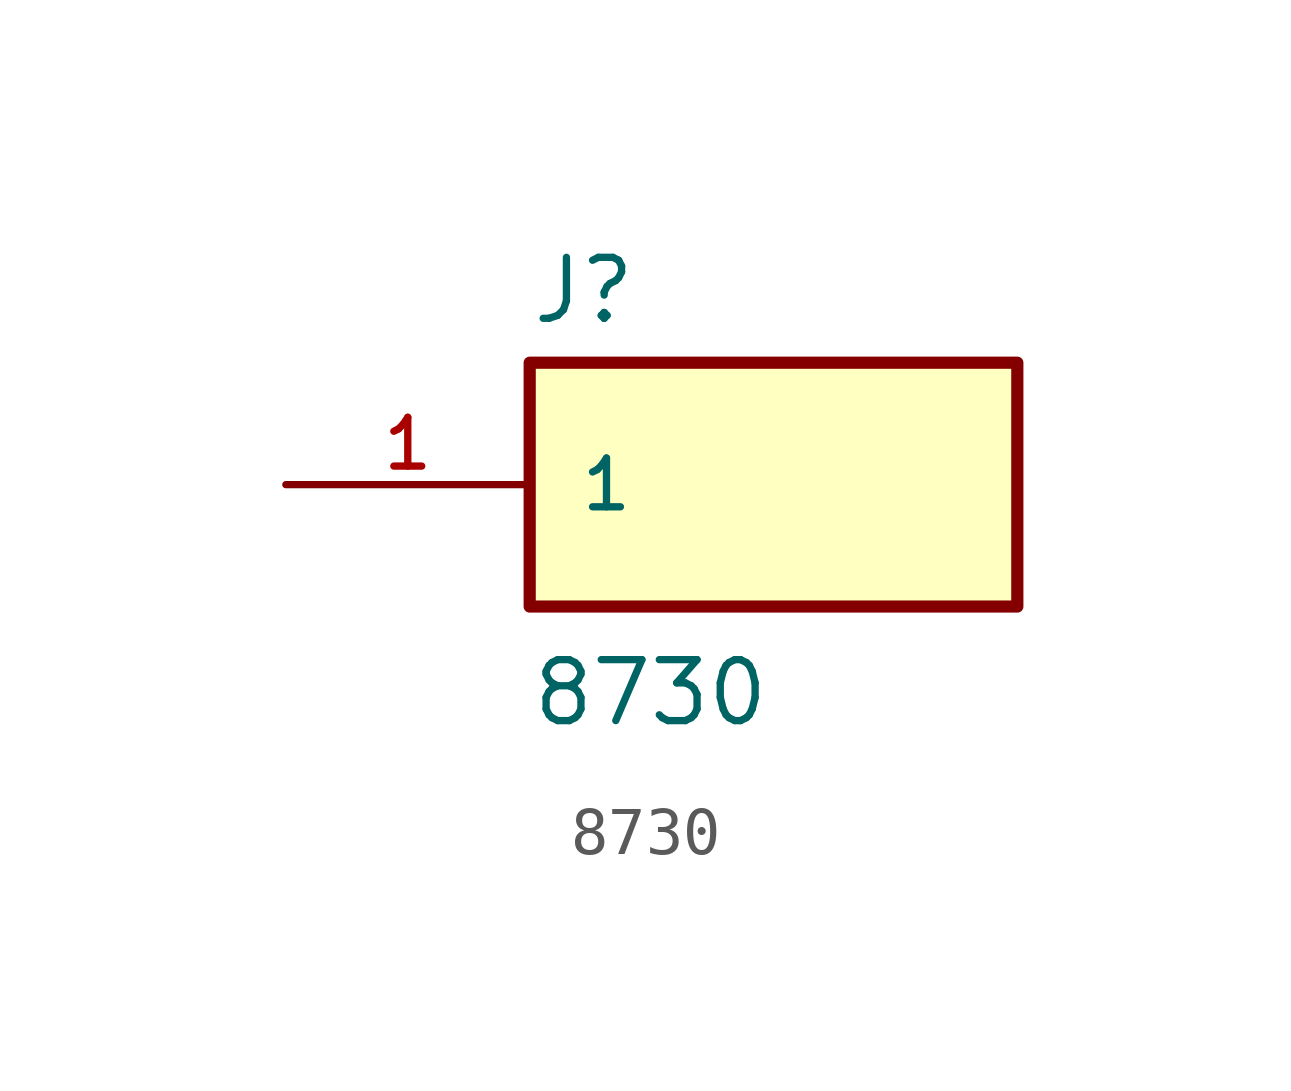
<source format=kicad_sym>
(kicad_symbol_lib
  (version 20211014)
  (generator kicad_symbol_editor)
  (symbol "8730"
    (pin_names
      (offset 1.016))
    (property "Reference" "J"
      (at -5.08 3.302 0)
      (effects (font (size 1.27 1.27)) (justify bottom left)))
    (property "Value" "8730"
      (at -5.08 -5.08 0)
      (effects (font (size 1.27 1.27)) (justify bottom left)))
    (symbol "8730_0_0"
      (rectangle (start -5.08 -2.54) (end 5.08 2.54) (stroke (width 0.254)) (fill (type background)))
      (pin passive line (at -10.16 0.0 0) (length 5.08) (name "1" (effects (font (size 1.016 1.016)))) (number "1" (effects (font (size 1.016 1.016))))))))
</source>
